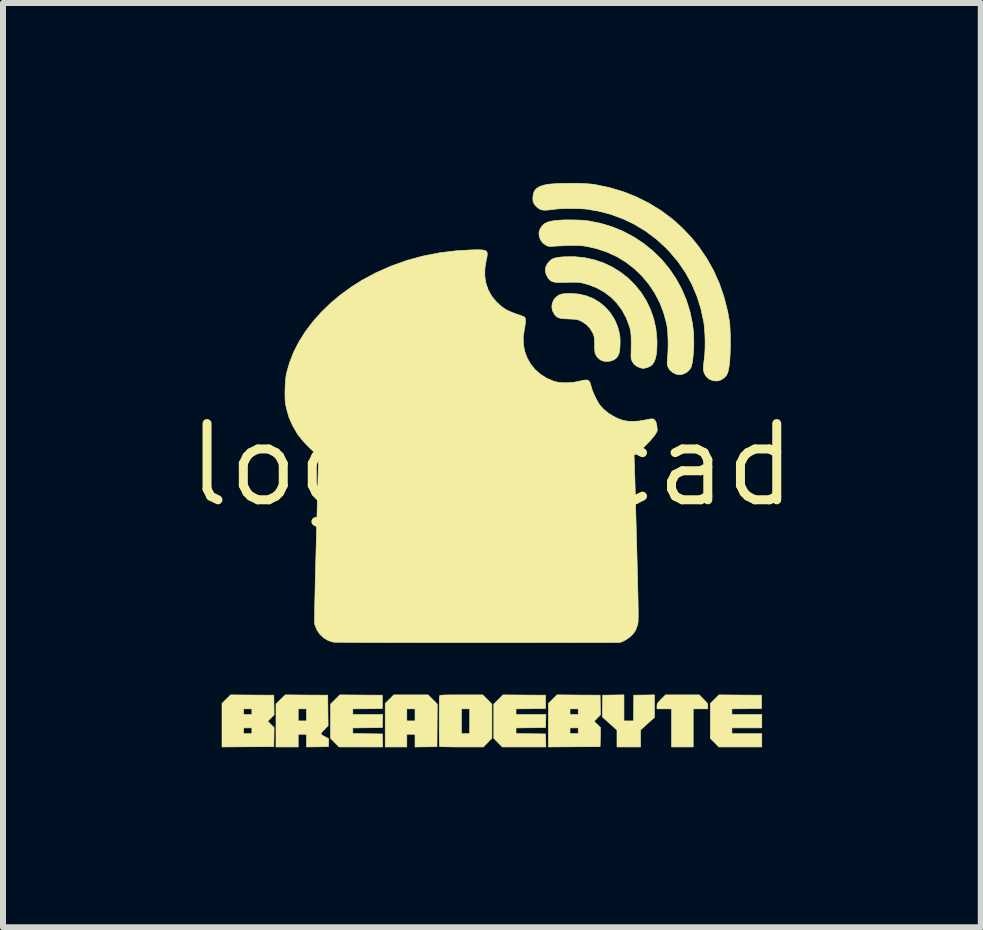
<source format=kicad_pcb>
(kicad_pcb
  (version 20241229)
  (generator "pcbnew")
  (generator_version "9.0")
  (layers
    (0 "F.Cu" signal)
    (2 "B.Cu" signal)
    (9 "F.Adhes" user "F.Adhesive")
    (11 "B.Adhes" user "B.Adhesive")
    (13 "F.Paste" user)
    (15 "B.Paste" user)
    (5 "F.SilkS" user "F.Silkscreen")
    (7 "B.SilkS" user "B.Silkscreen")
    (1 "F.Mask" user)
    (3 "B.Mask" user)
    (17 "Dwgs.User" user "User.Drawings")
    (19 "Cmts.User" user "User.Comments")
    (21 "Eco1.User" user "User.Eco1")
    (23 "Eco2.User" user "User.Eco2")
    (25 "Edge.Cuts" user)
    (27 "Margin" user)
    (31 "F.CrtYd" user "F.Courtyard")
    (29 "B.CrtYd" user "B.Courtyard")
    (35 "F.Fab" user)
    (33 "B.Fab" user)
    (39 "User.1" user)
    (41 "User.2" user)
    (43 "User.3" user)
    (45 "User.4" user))
  (footprint "logo_kicad"
    (layer "F.Cu")
    (at 5.148 4.7)
    (property "Reference" "logo_kicad" (at 0 0 0) (layer "F.SilkS") (effects (font (size 1.27 1.27) (thickness 0.15))))
    (attr through_hole)
    (fp_poly (pts (xy 2.709 4.019) (xy 2.709 4.207) (xy 2.593 4.311) (xy 2.477 4.416) (xy 2.477 4.699) (xy 2.085 4.699) (xy 2.085 4.418) (xy 1.963 4.308) (xy 1.841 4.199) (xy 1.844 4.018) (xy 1.847 3.836) (xy 2.201 3.831) (xy 2.201 4.265) (xy 2.36 4.265) (xy 2.363 4.051) (xy 2.365 3.836) (xy 2.537 3.834) (xy 2.709 3.831) (xy 2.709 4.019)) (stroke (width 0.01) (type solid)) (fill yes) (layer "F.SilkS"))
    (fp_poly (pts (xy 4.138 3.834) (xy 4.493 3.836) (xy 4.493 4.059) (xy 4.247 4.062) (xy 4 4.064) (xy 4 4.159) (xy 4.498 4.159) (xy 4.498 4.381) (xy 4 4.381) (xy 4 4.477) (xy 4.498 4.477) (xy 4.498 4.699) (xy 3.783 4.699) (xy 3.712 4.627) (xy 3.641 4.556) (xy 3.641 3.973) (xy 3.713 3.902) (xy 3.784 3.831) (xy 4.138 3.834)) (stroke (width 0.01) (type solid)) (fill yes) (layer "F.SilkS"))
    (fp_poly (pts (xy -2.18 3.834) (xy -1.826 3.836) (xy -1.826 4.059) (xy -2.072 4.062) (xy -2.318 4.064) (xy -2.318 4.159) (xy -1.82 4.159) (xy -1.826 4.376) (xy -2.072 4.379) (xy -2.318 4.382) (xy -2.318 4.476) (xy -2.072 4.479) (xy -1.826 4.482) (xy -1.823 4.591) (xy -1.82 4.699) (xy -2.546 4.699) (xy -2.617 4.627) (xy -2.688 4.556) (xy -2.688 3.984) (xy -2.534 3.831) (xy -2.18 3.834)) (stroke (width 0.01) (type solid)) (fill yes) (layer "F.SilkS"))
    (fp_poly (pts (xy 3.527 3.903) (xy 3.561 3.937) (xy 3.582 3.962) (xy 3.593 3.982) (xy 3.598 4.001) (xy 3.598 4.019) (xy 3.598 4.064) (xy 3.355 4.064) (xy 3.355 4.699) (xy 2.995 4.699) (xy 2.995 4.064) (xy 2.752 4.064) (xy 2.752 4.019) (xy 2.753 3.996) (xy 2.758 3.978) (xy 2.771 3.958) (xy 2.794 3.932) (xy 2.823 3.902) (xy 2.895 3.831) (xy 3.456 3.831) (xy 3.527 3.903)) (stroke (width 0.01) (type solid)) (fill yes) (layer "F.SilkS"))
    (fp_poly (pts (xy -0.986 3.908) (xy -0.91 3.985) (xy -0.913 4.34) (xy -0.915 4.694) (xy -1.098 4.697) (xy -1.281 4.699) (xy -1.281 4.487) (xy -1.418 4.487) (xy -1.418 4.699) (xy -1.778 4.699) (xy -1.778 4.064) (xy -1.418 4.064) (xy -1.418 4.265) (xy -1.281 4.265) (xy -1.281 4.064) (xy -1.418 4.064) (xy -1.778 4.064) (xy -1.778 3.973) (xy -1.706 3.902) (xy -1.635 3.831) (xy -1.063 3.831) (xy -0.986 3.908)) (stroke (width 0.01) (type solid)) (fill yes) (layer "F.SilkS"))
    (fp_poly (pts (xy 0.54 3.834) (xy 0.894 3.836) (xy 0.894 4.059) (xy 0.648 4.062) (xy 0.402 4.064) (xy 0.402 4.159) (xy 0.9 4.159) (xy 0.894 4.376) (xy 0.648 4.379) (xy 0.402 4.382) (xy 0.402 4.476) (xy 0.648 4.479) (xy 0.894 4.482) (xy 0.897 4.591) (xy 0.9 4.699) (xy 0.174 4.699) (xy 0.103 4.627) (xy 0.032 4.556) (xy 0.032 3.984) (xy 0.109 3.907) (xy 0.186 3.831) (xy 0.54 3.834)) (stroke (width 0.01) (type solid)) (fill yes) (layer "F.SilkS"))
    (fp_poly (pts (xy -3.995 3.834) (xy -3.635 3.836) (xy -3.632 4) (xy -3.63 4.163) (xy -3.683 4.217) (xy -3.736 4.271) (xy -3.683 4.324) (xy -3.63 4.376) (xy -3.632 4.535) (xy -3.635 4.694) (xy -4.067 4.696) (xy -4.498 4.699) (xy -4.498 4.381) (xy -4.138 4.381) (xy -4.138 4.477) (xy -4 4.477) (xy -4 4.381) (xy -4.138 4.381) (xy -4.498 4.381) (xy -4.498 4.064) (xy -4.138 4.064) (xy -4.138 4.159) (xy -4 4.159) (xy -4 4.064) (xy -4.138 4.064) (xy -4.498 4.064) (xy -4.498 3.973) (xy -4.426 3.902) (xy -4.354 3.831) (xy -3.995 3.834)) (stroke (width 0.01) (type solid)) (fill yes) (layer "F.SilkS"))
    (fp_poly (pts (xy 1.445 3.834) (xy 1.804 3.836) (xy 1.807 4) (xy 1.81 4.163) (xy 1.757 4.217) (xy 1.704 4.271) (xy 1.757 4.324) (xy 1.81 4.376) (xy 1.807 4.535) (xy 1.804 4.694) (xy 1.373 4.696) (xy 0.942 4.699) (xy 0.942 4.381) (xy 1.302 4.381) (xy 1.302 4.477) (xy 1.439 4.477) (xy 1.439 4.381) (xy 1.302 4.381) (xy 0.942 4.381) (xy 0.942 4.064) (xy 1.302 4.064) (xy 1.302 4.159) (xy 1.439 4.159) (xy 1.439 4.064) (xy 1.302 4.064) (xy 0.942 4.064) (xy 0.942 3.973) (xy 1.014 3.902) (xy 1.086 3.831) (xy 1.445 3.834)) (stroke (width 0.01) (type solid)) (fill yes) (layer "F.SilkS"))
    (fp_poly (pts (xy -3.09 3.834) (xy -2.736 3.836) (xy -2.73 4.343) (xy -2.776 4.392) (xy -2.813 4.43) (xy -2.836 4.457) (xy -2.847 4.475) (xy -2.844 4.489) (xy -2.83 4.501) (xy -2.803 4.516) (xy -2.789 4.524) (xy -2.719 4.563) (xy -2.722 4.628) (xy -2.725 4.694) (xy -2.908 4.697) (xy -3.09 4.699) (xy -3.09 4.487) (xy -3.228 4.487) (xy -3.228 4.699) (xy -3.598 4.699) (xy -3.598 4.064) (xy -3.228 4.064) (xy -3.228 4.265) (xy -3.09 4.265) (xy -3.09 4.064) (xy -3.228 4.064) (xy -3.598 4.064) (xy -3.598 3.984) (xy -3.521 3.907) (xy -3.444 3.831) (xy -3.09 3.834)) (stroke (width 0.01) (type solid)) (fill yes) (layer "F.SilkS"))
    (fp_poly (pts (xy 0 3.985) (xy 0 4.553) (xy -0.071 4.626) (xy -0.141 4.699) (xy -0.503 4.699) (xy -0.588 4.699) (xy -0.667 4.698) (xy -0.736 4.697) (xy -0.794 4.696) (xy -0.837 4.695) (xy -0.864 4.693) (xy -0.871 4.692) (xy -0.873 4.68) (xy -0.874 4.65) (xy -0.876 4.604) (xy -0.877 4.545) (xy -0.877 4.477) (xy -0.878 4.401) (xy -0.878 4.32) (xy -0.878 4.238) (xy -0.878 4.157) (xy -0.878 4.08) (xy -0.878 4.064) (xy -0.508 4.064) (xy -0.508 4.477) (xy -0.37 4.477) (xy -0.37 4.064) (xy -0.508 4.064) (xy -0.878 4.064) (xy -0.877 4.009) (xy -0.876 3.948) (xy -0.875 3.899) (xy -0.874 3.865) (xy -0.872 3.848) (xy -0.872 3.848) (xy -0.868 3.843) (xy -0.86 3.84) (xy -0.844 3.837) (xy -0.82 3.835) (xy -0.784 3.833) (xy -0.735 3.832) (xy -0.67 3.832) (xy -0.589 3.831) (xy -0.509 3.831) (xy -0.153 3.831) (xy 0 3.985)) (stroke (width 0.01) (type solid)) (fill yes) (layer "F.SilkS"))
    (fp_poly (pts (xy 1.45 -2.849) (xy 1.576 -2.819) (xy 1.693 -2.772) (xy 1.799 -2.707) (xy 1.894 -2.627) (xy 1.976 -2.533) (xy 2.044 -2.426) (xy 2.095 -2.306) (xy 2.117 -2.227) (xy 2.128 -2.178) (xy 2.134 -2.132) (xy 2.137 -2.084) (xy 2.136 -2.024) (xy 2.136 -2.006) (xy 2.132 -1.938) (xy 2.125 -1.886) (xy 2.114 -1.847) (xy 2.098 -1.814) (xy 2.076 -1.785) (xy 2.036 -1.754) (xy 1.983 -1.734) (xy 1.925 -1.725) (xy 1.867 -1.73) (xy 1.818 -1.747) (xy 1.777 -1.777) (xy 1.742 -1.817) (xy 1.721 -1.86) (xy 1.72 -1.865) (xy 1.717 -1.887) (xy 1.714 -1.925) (xy 1.712 -1.972) (xy 1.711 -2.019) (xy 1.71 -2.075) (xy 1.707 -2.115) (xy 1.702 -2.146) (xy 1.694 -2.172) (xy 1.682 -2.2) (xy 1.682 -2.201) (xy 1.633 -2.281) (xy 1.569 -2.346) (xy 1.495 -2.394) (xy 1.465 -2.408) (xy 1.439 -2.418) (xy 1.412 -2.425) (xy 1.379 -2.429) (xy 1.335 -2.432) (xy 1.281 -2.434) (xy 1.211 -2.438) (xy 1.159 -2.443) (xy 1.12 -2.452) (xy 1.09 -2.466) (xy 1.066 -2.485) (xy 1.043 -2.511) (xy 1.043 -2.512) (xy 1.011 -2.57) (xy 0.999 -2.631) (xy 1.006 -2.693) (xy 1.031 -2.752) (xy 1.062 -2.79) (xy 1.094 -2.817) (xy 1.128 -2.837) (xy 1.17 -2.85) (xy 1.223 -2.857) (xy 1.291 -2.859) (xy 1.318 -2.859) (xy 1.45 -2.849)) (stroke (width 0.01) (type solid)) (fill yes) (layer "F.SilkS"))
    (fp_poly (pts (xy 1.547 -3.455) (xy 1.71 -3.419) (xy 1.865 -3.366) (xy 2.011 -3.296) (xy 2.147 -3.211) (xy 2.273 -3.112) (xy 2.386 -2.999) (xy 2.487 -2.874) (xy 2.573 -2.738) (xy 2.643 -2.592) (xy 2.697 -2.437) (xy 2.733 -2.273) (xy 2.75 -2.103) (xy 2.752 -2.039) (xy 2.749 -1.931) (xy 2.74 -1.842) (xy 2.724 -1.77) (xy 2.701 -1.714) (xy 2.67 -1.671) (xy 2.63 -1.641) (xy 2.58 -1.622) (xy 2.572 -1.62) (xy 2.542 -1.614) (xy 2.523 -1.61) (xy 2.519 -1.61) (xy 2.506 -1.613) (xy 2.481 -1.618) (xy 2.472 -1.621) (xy 2.415 -1.644) (xy 2.367 -1.684) (xy 2.338 -1.727) (xy 2.325 -1.76) (xy 2.319 -1.795) (xy 2.319 -1.84) (xy 2.321 -1.877) (xy 2.321 -1.929) (xy 2.322 -1.99) (xy 2.322 -2.052) (xy 2.322 -2.064) (xy 2.321 -2.129) (xy 2.318 -2.178) (xy 2.314 -2.219) (xy 2.307 -2.256) (xy 2.297 -2.295) (xy 2.292 -2.312) (xy 2.239 -2.453) (xy 2.17 -2.581) (xy 2.084 -2.696) (xy 1.984 -2.798) (xy 1.87 -2.884) (xy 1.743 -2.955) (xy 1.605 -3.008) (xy 1.487 -3.038) (xy 1.443 -3.044) (xy 1.381 -3.046) (xy 1.3 -3.046) (xy 1.238 -3.044) (xy 1.158 -3.042) (xy 1.096 -3.043) (xy 1.048 -3.047) (xy 1.012 -3.056) (xy 0.984 -3.069) (xy 0.961 -3.088) (xy 0.94 -3.113) (xy 0.905 -3.174) (xy 0.891 -3.236) (xy 0.897 -3.297) (xy 0.925 -3.355) (xy 0.957 -3.393) (xy 0.984 -3.418) (xy 1.013 -3.436) (xy 1.048 -3.449) (xy 1.093 -3.458) (xy 1.153 -3.466) (xy 1.204 -3.47) (xy 1.378 -3.472) (xy 1.547 -3.455)) (stroke (width 0.01) (type solid)) (fill yes) (layer "F.SilkS"))
    (fp_poly (pts (xy 1.419 -4.083) (xy 1.51 -4.079) (xy 1.588 -4.071) (xy 1.605 -4.069) (xy 1.809 -4.029) (xy 2.005 -3.97) (xy 2.191 -3.893) (xy 2.368 -3.799) (xy 2.533 -3.689) (xy 2.686 -3.565) (xy 2.827 -3.427) (xy 2.953 -3.275) (xy 3.065 -3.112) (xy 3.16 -2.938) (xy 3.239 -2.755) (xy 3.3 -2.562) (xy 3.342 -2.361) (xy 3.354 -2.27) (xy 3.361 -2.191) (xy 3.364 -2.106) (xy 3.365 -2.016) (xy 3.362 -1.927) (xy 3.356 -1.841) (xy 3.348 -1.764) (xy 3.338 -1.697) (xy 3.325 -1.646) (xy 3.317 -1.624) (xy 3.285 -1.578) (xy 3.239 -1.54) (xy 3.185 -1.516) (xy 3.18 -1.514) (xy 3.145 -1.506) (xy 3.119 -1.505) (xy 3.092 -1.509) (xy 3.069 -1.515) (xy 3.013 -1.542) (xy 2.966 -1.584) (xy 2.941 -1.622) (xy 2.931 -1.644) (xy 2.925 -1.664) (xy 2.922 -1.688) (xy 2.923 -1.722) (xy 2.927 -1.771) (xy 2.928 -1.778) (xy 2.934 -1.877) (xy 2.937 -1.981) (xy 2.936 -2.084) (xy 2.932 -2.182) (xy 2.925 -2.269) (xy 2.915 -2.341) (xy 2.912 -2.356) (xy 2.863 -2.537) (xy 2.797 -2.708) (xy 2.713 -2.868) (xy 2.613 -3.017) (xy 2.499 -3.153) (xy 2.37 -3.276) (xy 2.229 -3.384) (xy 2.076 -3.476) (xy 1.912 -3.551) (xy 1.738 -3.608) (xy 1.582 -3.643) (xy 1.53 -3.651) (xy 1.483 -3.656) (xy 1.436 -3.659) (xy 1.384 -3.66) (xy 1.321 -3.659) (xy 1.27 -3.658) (xy 1.204 -3.655) (xy 1.139 -3.652) (xy 1.081 -3.65) (xy 1.036 -3.647) (xy 1.016 -3.645) (xy 0.974 -3.643) (xy 0.943 -3.646) (xy 0.915 -3.656) (xy 0.9 -3.664) (xy 0.847 -3.702) (xy 0.809 -3.755) (xy 0.789 -3.817) (xy 0.787 -3.832) (xy 0.785 -3.868) (xy 0.79 -3.898) (xy 0.803 -3.931) (xy 0.812 -3.948) (xy 0.842 -3.991) (xy 0.881 -4.025) (xy 0.932 -4.049) (xy 0.999 -4.066) (xy 1.057 -4.074) (xy 1.135 -4.081) (xy 1.225 -4.085) (xy 1.322 -4.085) (xy 1.419 -4.083)) (stroke (width 0.01) (type solid)) (fill yes) (layer "F.SilkS"))
    (fp_poly (pts (xy 1.428 -4.694) (xy 1.522 -4.691) (xy 1.607 -4.686) (xy 1.678 -4.68) (xy 1.718 -4.674) (xy 1.959 -4.624) (xy 2.19 -4.555) (xy 2.411 -4.467) (xy 2.621 -4.362) (xy 2.82 -4.239) (xy 3.007 -4.1) (xy 3.181 -3.943) (xy 3.342 -3.77) (xy 3.45 -3.635) (xy 3.582 -3.442) (xy 3.696 -3.238) (xy 3.792 -3.023) (xy 3.869 -2.798) (xy 3.929 -2.561) (xy 3.96 -2.387) (xy 3.966 -2.33) (xy 3.97 -2.257) (xy 3.973 -2.171) (xy 3.974 -2.079) (xy 3.974 -1.984) (xy 3.972 -1.89) (xy 3.968 -1.803) (xy 3.963 -1.727) (xy 3.956 -1.667) (xy 3.955 -1.658) (xy 3.944 -1.595) (xy 3.933 -1.548) (xy 3.919 -1.513) (xy 3.902 -1.485) (xy 3.878 -1.46) (xy 3.869 -1.452) (xy 3.814 -1.416) (xy 3.754 -1.4) (xy 3.689 -1.405) (xy 3.672 -1.409) (xy 3.615 -1.436) (xy 3.57 -1.478) (xy 3.538 -1.531) (xy 3.525 -1.591) (xy 3.524 -1.604) (xy 3.526 -1.634) (xy 3.529 -1.679) (xy 3.535 -1.732) (xy 3.541 -1.781) (xy 3.549 -1.861) (xy 3.553 -1.956) (xy 3.554 -2.058) (xy 3.551 -2.161) (xy 3.545 -2.26) (xy 3.536 -2.348) (xy 3.53 -2.388) (xy 3.483 -2.606) (xy 3.417 -2.815) (xy 3.332 -3.014) (xy 3.229 -3.203) (xy 3.108 -3.381) (xy 2.968 -3.548) (xy 2.9 -3.62) (xy 2.738 -3.767) (xy 2.564 -3.897) (xy 2.38 -4.009) (xy 2.186 -4.102) (xy 1.983 -4.177) (xy 1.773 -4.232) (xy 1.577 -4.265) (xy 1.524 -4.269) (xy 1.457 -4.273) (xy 1.38 -4.274) (xy 1.3 -4.275) (xy 1.222 -4.274) (xy 1.15 -4.272) (xy 1.091 -4.268) (xy 1.064 -4.265) (xy 0.988 -4.255) (xy 0.93 -4.249) (xy 0.885 -4.247) (xy 0.85 -4.249) (xy 0.822 -4.255) (xy 0.797 -4.265) (xy 0.794 -4.267) (xy 0.755 -4.294) (xy 0.72 -4.329) (xy 0.715 -4.337) (xy 0.696 -4.368) (xy 0.686 -4.397) (xy 0.683 -4.434) (xy 0.683 -4.448) (xy 0.689 -4.514) (xy 0.709 -4.567) (xy 0.744 -4.609) (xy 0.795 -4.641) (xy 0.865 -4.664) (xy 0.915 -4.675) (xy 0.973 -4.682) (xy 1.048 -4.688) (xy 1.135 -4.692) (xy 1.23 -4.694) (xy 1.329 -4.695) (xy 1.428 -4.694)) (stroke (width 0.01) (type solid)) (fill yes) (layer "F.SilkS"))
    (fp_poly (pts (xy -0.15 -3.583) (xy -0.113 -3.575) (xy -0.09 -3.56) (xy -0.079 -3.538) (xy -0.077 -3.506) (xy -0.083 -3.464) (xy -0.095 -3.411) (xy -0.096 -3.404) (xy -0.117 -3.274) (xy -0.118 -3.149) (xy -0.1 -3.031) (xy -0.062 -2.92) (xy -0.006 -2.818) (xy 0.07 -2.724) (xy 0.084 -2.71) (xy 0.144 -2.655) (xy 0.201 -2.611) (xy 0.264 -2.575) (xy 0.336 -2.543) (xy 0.411 -2.516) (xy 0.459 -2.5) (xy 0.501 -2.484) (xy 0.532 -2.472) (xy 0.547 -2.464) (xy 0.557 -2.443) (xy 0.56 -2.403) (xy 0.556 -2.347) (xy 0.544 -2.275) (xy 0.539 -2.248) (xy 0.522 -2.124) (xy 0.526 -2.003) (xy 0.549 -1.887) (xy 0.591 -1.778) (xy 0.649 -1.678) (xy 0.723 -1.587) (xy 0.813 -1.509) (xy 0.917 -1.444) (xy 1.032 -1.396) (xy 1.101 -1.379) (xy 1.183 -1.371) (xy 1.272 -1.371) (xy 1.362 -1.378) (xy 1.446 -1.394) (xy 1.45 -1.395) (xy 1.513 -1.41) (xy 1.56 -1.417) (xy 1.593 -1.415) (xy 1.617 -1.401) (xy 1.634 -1.374) (xy 1.648 -1.334) (xy 1.656 -1.302) (xy 1.674 -1.245) (xy 1.701 -1.18) (xy 1.733 -1.112) (xy 1.767 -1.049) (xy 1.799 -0.999) (xy 1.804 -0.992) (xy 1.861 -0.93) (xy 1.934 -0.87) (xy 2.017 -0.817) (xy 2.103 -0.773) (xy 2.188 -0.743) (xy 2.201 -0.74) (xy 2.276 -0.729) (xy 2.363 -0.727) (xy 2.456 -0.733) (xy 2.547 -0.749) (xy 2.554 -0.75) (xy 2.601 -0.76) (xy 2.642 -0.767) (xy 2.673 -0.769) (xy 2.683 -0.768) (xy 2.71 -0.754) (xy 2.731 -0.724) (xy 2.745 -0.678) (xy 2.751 -0.639) (xy 2.755 -0.6) (xy 2.755 -0.574) (xy 2.749 -0.553) (xy 2.734 -0.528) (xy 2.723 -0.511) (xy 2.688 -0.464) (xy 2.641 -0.409) (xy 2.586 -0.351) (xy 2.53 -0.295) (xy 2.477 -0.247) (xy 2.44 -0.217) (xy 2.369 -0.164) (xy 2.375 -0.005) (xy 2.377 0.026) (xy 2.378 0.078) (xy 2.38 0.147) (xy 2.383 0.233) (xy 2.386 0.333) (xy 2.389 0.447) (xy 2.392 0.573) (xy 2.396 0.709) (xy 2.4 0.854) (xy 2.404 1.006) (xy 2.408 1.164) (xy 2.413 1.325) (xy 2.414 1.373) (xy 2.419 1.561) (xy 2.423 1.728) (xy 2.427 1.877) (xy 2.43 2.008) (xy 2.433 2.122) (xy 2.435 2.222) (xy 2.437 2.307) (xy 2.438 2.38) (xy 2.439 2.441) (xy 2.439 2.492) (xy 2.439 2.534) (xy 2.438 2.567) (xy 2.437 2.594) (xy 2.436 2.615) (xy 2.434 2.632) (xy 2.432 2.645) (xy 2.43 2.657) (xy 2.429 2.659) (xy 2.415 2.702) (xy 2.398 2.745) (xy 2.386 2.769) (xy 2.348 2.82) (xy 2.296 2.869) (xy 2.238 2.91) (xy 2.193 2.934) (xy 2.133 2.958) (xy -0.233 2.96) (xy -0.462 2.96) (xy -0.684 2.96) (xy -0.9 2.96) (xy -1.107 2.96) (xy -1.305 2.959) (xy -1.494 2.959) (xy -1.671 2.959) (xy -1.837 2.958) (xy -1.99 2.958) (xy -2.129 2.957) (xy -2.254 2.957) (xy -2.363 2.956) (xy -2.456 2.955) (xy -2.531 2.954) (xy -2.589 2.954) (xy -2.627 2.953) (xy -2.645 2.952) (xy -2.645 2.952) (xy -2.728 2.925) (xy -2.802 2.881) (xy -2.866 2.822) (xy -2.915 2.751) (xy -2.948 2.671) (xy -2.952 2.655) (xy -2.954 2.639) (xy -2.954 2.607) (xy -2.955 2.559) (xy -2.954 2.493) (xy -2.953 2.41) (xy -2.952 2.309) (xy -2.949 2.19) (xy -2.946 2.052) (xy -2.943 1.895) (xy -2.938 1.718) (xy -2.933 1.521) (xy -2.927 1.303) (xy -2.925 1.228) (xy -2.888 -0.153) (xy -2.939 -0.195) (xy -2.994 -0.243) (xy -3.054 -0.301) (xy -3.115 -0.365) (xy -3.171 -0.429) (xy -3.218 -0.487) (xy -3.243 -0.522) (xy -3.321 -0.657) (xy -3.383 -0.799) (xy -3.425 -0.945) (xy -3.44 -1.025) (xy -3.446 -1.083) (xy -3.448 -1.155) (xy -3.448 -1.236) (xy -3.445 -1.319) (xy -3.44 -1.4) (xy -3.433 -1.47) (xy -3.424 -1.524) (xy -3.374 -1.702) (xy -3.305 -1.879) (xy -3.216 -2.053) (xy -3.109 -2.223) (xy -2.984 -2.388) (xy -2.843 -2.547) (xy -2.687 -2.698) (xy -2.516 -2.841) (xy -2.331 -2.975) (xy -2.166 -3.079) (xy -1.925 -3.208) (xy -1.675 -3.318) (xy -1.415 -3.41) (xy -1.147 -3.483) (xy -0.871 -3.537) (xy -0.586 -3.571) (xy -0.359 -3.584) (xy -0.27 -3.587) (xy -0.201 -3.587) (xy -0.15 -3.583)) (stroke (width 0.01) (type solid)) (fill yes) (layer "F.SilkS")))
  (gr_rect
    (start -3 -3)
    (end 13.296 12.404)
    (stroke (width 0.1) (type default))
    (fill no)
    (layer "Edge.Cuts")))
</source>
